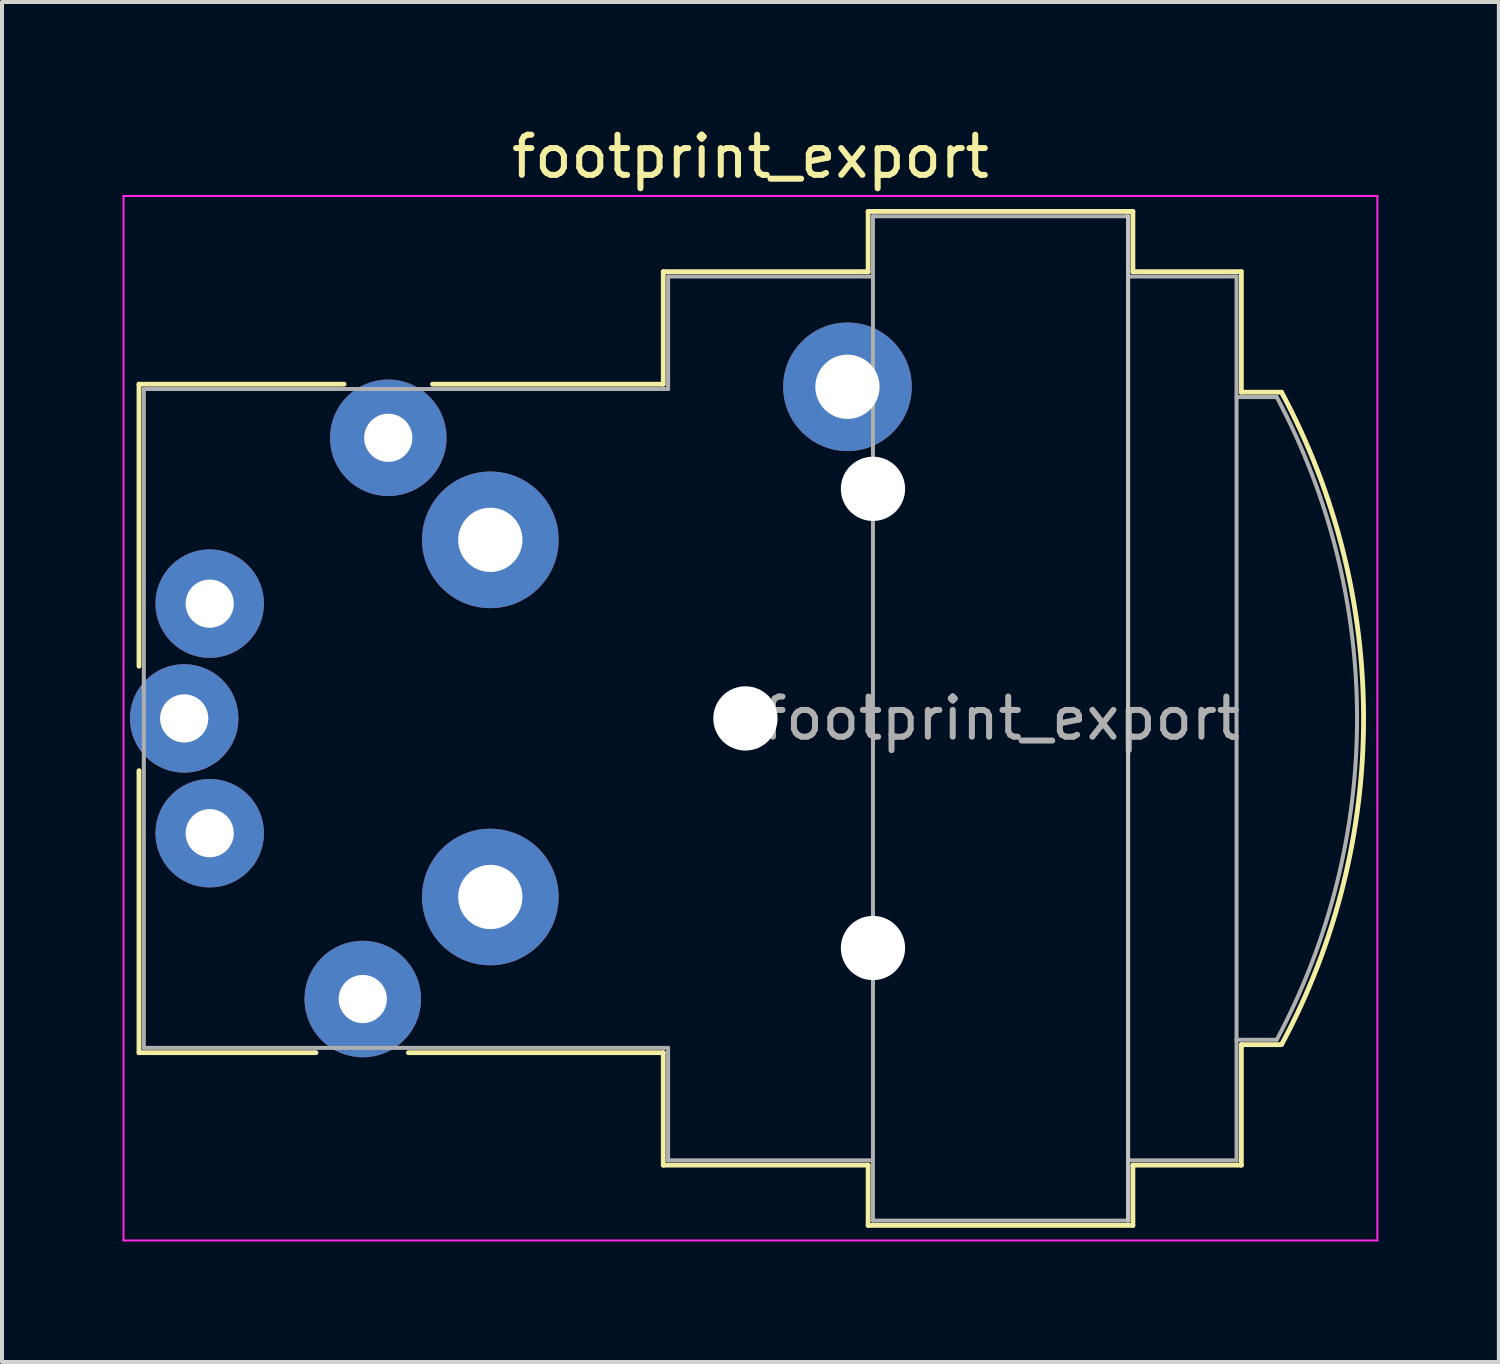
<source format=kicad_pcb>
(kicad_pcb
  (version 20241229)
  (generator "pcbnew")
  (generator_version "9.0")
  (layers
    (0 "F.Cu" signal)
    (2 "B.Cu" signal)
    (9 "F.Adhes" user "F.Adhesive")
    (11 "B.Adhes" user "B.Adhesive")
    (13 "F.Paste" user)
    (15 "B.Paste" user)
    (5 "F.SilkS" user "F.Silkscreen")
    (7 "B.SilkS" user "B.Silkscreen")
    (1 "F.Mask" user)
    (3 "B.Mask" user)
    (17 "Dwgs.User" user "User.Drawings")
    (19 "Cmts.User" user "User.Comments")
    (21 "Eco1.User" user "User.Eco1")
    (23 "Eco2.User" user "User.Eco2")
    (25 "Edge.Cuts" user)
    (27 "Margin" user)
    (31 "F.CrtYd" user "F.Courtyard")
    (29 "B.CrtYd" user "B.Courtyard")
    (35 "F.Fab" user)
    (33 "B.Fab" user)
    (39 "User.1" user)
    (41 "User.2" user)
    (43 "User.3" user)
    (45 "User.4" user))
  (footprint "footprint_export"
    (layer "F.Cu")
    (at 6.615 7.848)
    (property "Reference" "footprint_export" (at 9.015 -7 0) (layer "F.SilkS") (effects (font (size 1 1) (thickness 0.15))))
    (attr through_hole)
    (fp_line (start -6.205 -1.335) (end -6.205 5.685) (stroke (width 0.12) (type solid)) (layer "F.SilkS"))
    (fp_line (start -6.205 8.285) (end -6.205 15.305) (stroke (width 0.12) (type solid)) (layer "F.SilkS"))
    (fp_line (start -1.8 15.305) (end -6.205 15.305) (stroke (width 0.12) (type solid)) (layer "F.SilkS"))
    (fp_line (start -1.1 -1.335) (end -6.205 -1.335) (stroke (width 0.12) (type solid)) (layer "F.SilkS"))
    (fp_line (start 6.845 -4.135) (end 6.845 -1.335) (stroke (width 0.12) (type solid)) (layer "F.SilkS"))
    (fp_line (start 6.845 -1.335) (end 1.1 -1.335) (stroke (width 0.12) (type solid)) (layer "F.SilkS"))
    (fp_line (start 6.845 15.305) (end 0.5 15.305) (stroke (width 0.12) (type solid)) (layer "F.SilkS"))
    (fp_line (start 6.845 18.105) (end 6.845 15.305) (stroke (width 0.12) (type solid)) (layer "F.SilkS"))
    (fp_line (start 11.945 -4.135) (end 6.845 -4.135) (stroke (width 0.12) (type solid)) (layer "F.SilkS"))
    (fp_line (start 11.945 -4.135) (end 11.945 -5.635) (stroke (width 0.12) (type solid)) (layer "F.SilkS"))
    (fp_line (start 11.945 18.105) (end 6.845 18.105) (stroke (width 0.12) (type solid)) (layer "F.SilkS"))
    (fp_line (start 11.945 19.605) (end 11.945 18.105) (stroke (width 0.12) (type solid)) (layer "F.SilkS"))
    (fp_line (start 18.535 -5.635) (end 11.945 -5.635) (stroke (width 0.12) (type solid)) (layer "F.SilkS"))
    (fp_line (start 18.535 -5.635) (end 18.535 -4.135) (stroke (width 0.12) (type solid)) (layer "F.SilkS"))
    (fp_line (start 18.535 -4.135) (end 21.235 -4.135) (stroke (width 0.12) (type solid)) (layer "F.SilkS"))
    (fp_line (start 18.535 18.105) (end 18.535 19.605) (stroke (width 0.12) (type solid)) (layer "F.SilkS"))
    (fp_line (start 18.535 18.105) (end 21.235 18.105) (stroke (width 0.12) (type solid)) (layer "F.SilkS"))
    (fp_line (start 18.535 19.605) (end 11.945 19.605) (stroke (width 0.12) (type solid)) (layer "F.SilkS"))
    (fp_line (start 21.235 -4.135) (end 21.235 -1.135) (stroke (width 0.12) (type solid)) (layer "F.SilkS"))
    (fp_line (start 21.235 -1.135) (end 22.235 -1.135) (stroke (width 0.12) (type solid)) (layer "F.SilkS"))
    (fp_line (start 21.235 15.105) (end 21.235 18.105) (stroke (width 0.12) (type solid)) (layer "F.SilkS"))
    (fp_line (start 21.235 15.105) (end 22.235 15.105) (stroke (width 0.12) (type solid)) (layer "F.SilkS"))
    (fp_arc (start 22.235 -1.135) (mid 24.27742 6.973784) (end 22.245601 15.08523) (stroke (width 0.12) (type solid)) (layer "F.SilkS"))
    (fp_line (start 18.415 -5.515) (end 18.415 19.485) (stroke (width 0.1) (type solid)) (layer "Dwgs.User"))
    (fp_line (start -6.59 -6.02) (end -6.59 19.98) (stroke (width 0.05) (type solid)) (layer "F.CrtYd"))
    (fp_line (start 24.62 -6.02) (end -6.59 -6.02) (stroke (width 0.05) (type solid)) (layer "F.CrtYd"))
    (fp_line (start 24.62 -6.02) (end 24.62 19.98) (stroke (width 0.05) (type solid)) (layer "F.CrtYd"))
    (fp_line (start 24.62 19.98) (end -6.59 19.98) (stroke (width 0.05) (type solid)) (layer "F.CrtYd"))
    (fp_line (start -6.085 -1.215) (end -6.085 15.185) (stroke (width 0.1) (type solid)) (layer "F.Fab"))
    (fp_line (start -6.085 15.185) (end 6.965 15.185) (stroke (width 0.1) (type solid)) (layer "F.Fab"))
    (fp_line (start 6.965 -4.015) (end 6.965 -1.215) (stroke (width 0.1) (type solid)) (layer "F.Fab"))
    (fp_line (start 6.965 -1.215) (end -6.085 -1.215) (stroke (width 0.1) (type solid)) (layer "F.Fab"))
    (fp_line (start 6.965 15.185) (end 6.965 17.985) (stroke (width 0.1) (type solid)) (layer "F.Fab"))
    (fp_line (start 6.965 17.985) (end 12.065 17.985) (stroke (width 0.1) (type solid)) (layer "F.Fab"))
    (fp_line (start 12.065 -5.515) (end 18.415 -5.515) (stroke (width 0.1) (type solid)) (layer "F.Fab"))
    (fp_line (start 12.065 -4.015) (end 6.965 -4.015) (stroke (width 0.1) (type solid)) (layer "F.Fab"))
    (fp_line (start 12.065 19.485) (end 12.065 -5.515) (stroke (width 0.1) (type solid)) (layer "F.Fab"))
    (fp_line (start 18.415 -5.515) (end 18.415 19.485) (stroke (width 0.1) (type solid)) (layer "F.Fab"))
    (fp_line (start 18.415 -4.015) (end 21.115 -4.015) (stroke (width 0.1) (type solid)) (layer "F.Fab"))
    (fp_line (start 18.415 19.485) (end 12.065 19.485) (stroke (width 0.1) (type solid)) (layer "F.Fab"))
    (fp_line (start 21.115 -4.015) (end 21.115 17.985) (stroke (width 0.1) (type solid)) (layer "F.Fab"))
    (fp_line (start 21.115 -1.015) (end 22.115 -1.015) (stroke (width 0.1) (type solid)) (layer "F.Fab"))
    (fp_line (start 21.115 14.985) (end 22.115 14.985) (stroke (width 0.1) (type solid)) (layer "F.Fab"))
    (fp_line (start 21.115 17.985) (end 18.415 17.985) (stroke (width 0.1) (type solid)) (layer "F.Fab"))
    (fp_arc (start 22.115 -1.015) (mid 24.114999 6.978328) (end 22.121275 14.973223) (stroke (width 0.1) (type solid)) (layer "F.Fab"))
    (fp_text user "${REFERENCE}" (at 15.265 6.985 0) (layer "F.Fab") (effects (font (size 1 1) (thickness 0.15))))
    (pad "" np_thru_hole circle (at 8.89 6.985) (size 1.6 1.6) (drill 1.6) (layers "*.Cu" "*.Mask"))
    (pad "" np_thru_hole circle (at 12.065 1.27) (size 1.6 1.6) (drill 1.6) (layers "*.Cu" "*.Mask"))
    (pad "" np_thru_hole circle (at 12.065 12.7) (size 1.6 1.6) (drill 1.6) (layers "*.Cu" "*.Mask"))
    (pad "1" thru_hole circle (at 0 0) (size 2.9 2.9) (drill 1.2) (layers "*.Cu" "*.Mask"))
    (pad "2" thru_hole circle (at -0.635 13.97) (size 2.9 2.9) (drill 1.2) (layers "*.Cu" "*.Mask"))
    (pad "3" thru_hole circle (at -5.08 6.985) (size 2.7 2.7) (drill 1.2) (layers "*.Cu" "*.Mask"))
    (pad "G" thru_hole circle (at 11.43 -1.27) (size 3.2 3.2) (drill 1.6) (layers "*.Cu" "*.Mask"))
    (pad "R" thru_hole circle (at -4.445 9.842) (size 2.7 2.7) (drill 1.2) (layers "*.Cu" "*.Mask"))
    (pad "S" thru_hole circle (at -4.445 4.128) (size 2.7 2.7) (drill 1.2) (layers "*.Cu" "*.Mask"))
    (pad "T" thru_hole circle (at 2.54 2.54) (size 3.4 3.4) (drill 1.6) (layers "*.Cu" "*.Mask"))
    (pad "T" thru_hole circle (at 2.54 11.43) (size 3.4 3.4) (drill 1.6) (layers "*.Cu" "*.Mask")))
  (gr_rect
    (start -3 -3)
    (end 34.26 30.853)
    (stroke (width 0.1) (type default))
    (fill no)
    (layer "Edge.Cuts")))
</source>
